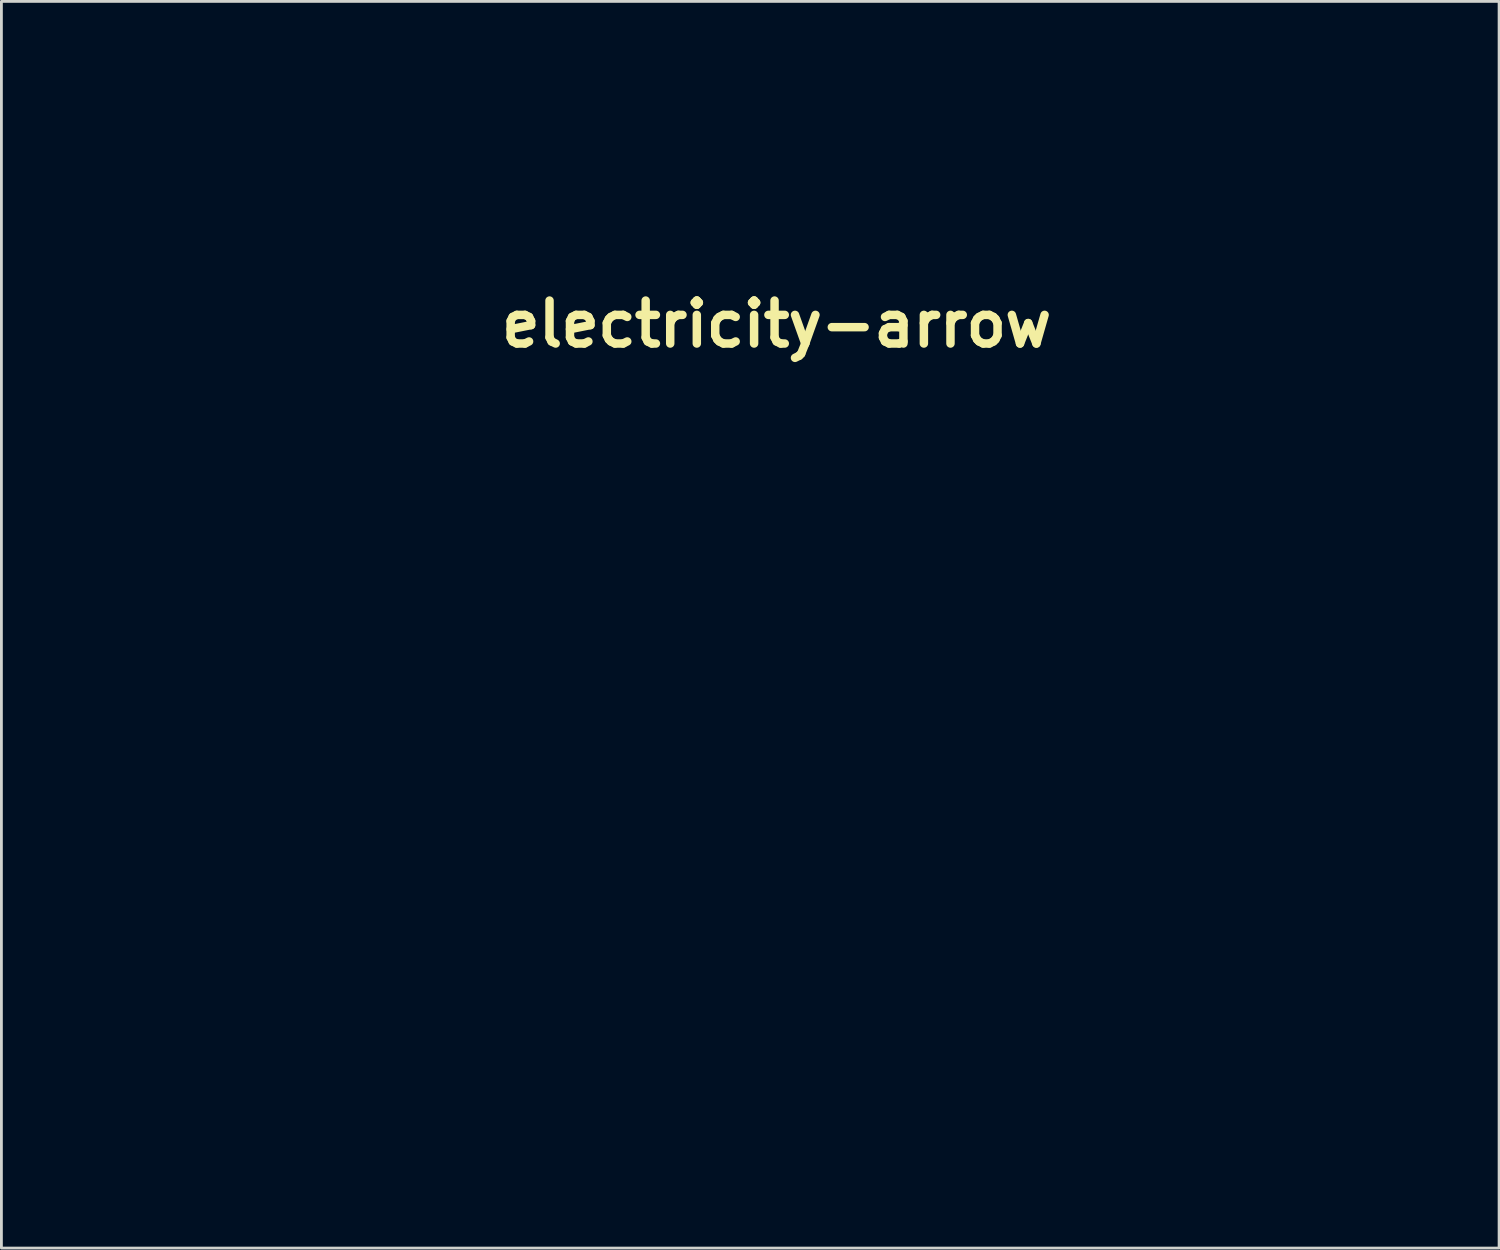
<source format=kicad_pcb>
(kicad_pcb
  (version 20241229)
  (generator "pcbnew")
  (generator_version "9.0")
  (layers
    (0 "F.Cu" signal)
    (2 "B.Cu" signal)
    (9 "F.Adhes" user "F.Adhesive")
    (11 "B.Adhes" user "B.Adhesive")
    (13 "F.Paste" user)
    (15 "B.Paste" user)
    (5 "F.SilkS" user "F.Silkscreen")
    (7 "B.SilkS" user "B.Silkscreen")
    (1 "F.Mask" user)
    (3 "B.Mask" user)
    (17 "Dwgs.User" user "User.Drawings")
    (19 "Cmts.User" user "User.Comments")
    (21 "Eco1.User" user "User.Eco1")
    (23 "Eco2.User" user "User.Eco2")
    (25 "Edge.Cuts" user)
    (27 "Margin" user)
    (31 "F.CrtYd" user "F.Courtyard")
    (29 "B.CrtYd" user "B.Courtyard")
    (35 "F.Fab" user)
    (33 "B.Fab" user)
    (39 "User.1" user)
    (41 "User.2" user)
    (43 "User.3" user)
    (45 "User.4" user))
  (footprint "electricity-arrow"
    (layer "F.Cu")
    (at 24.5 8.447)
    (property "Reference" "electricity-arrow" (at 0 0 0) (layer "F.SilkS") (effects (font (size 1.524 1.524) (thickness 0.3))))
    (attr through_hole)
    (fp_poly (pts (xy 6.632 -7.408) (xy 6.562 -7.338) (xy 6.491 -7.408) (xy 6.562 -7.479) (xy 6.632 -7.408)) (stroke (width 0.01) (type solid)) (fill yes) (layer "F.Mask"))
    (fp_poly (pts (xy 14.02 -2.706) (xy 13.987 -2.544) (xy 13.856 -2.19) (xy 13.651 -1.705) (xy 13.518 -1.411) (xy 13.256 -0.857) (xy 13.08 -0.524) (xy 12.957 -0.376) (xy 12.859 -0.376) (xy 12.755 -0.49) (xy 12.752 -0.494) (xy 12.611 -0.657) (xy 12.484 -0.665) (xy 12.292 -0.496) (xy 12.127 -0.315) (xy 11.841 0.098) (xy 11.712 0.49) (xy 11.71 0.531) (xy 11.619 0.855) (xy 11.339 1.29) (xy 10.899 1.813) (xy 10.524 2.206) (xy 10.219 2.488) (xy 10.03 2.616) (xy 9.998 2.615) (xy 9.957 2.428) (xy 9.969 2.078) (xy 9.982 1.967) (xy 10.056 1.411) (xy 9.497 1.411) (xy 9.116 1.388) (xy 8.868 1.332) (xy 8.839 1.313) (xy 8.887 1.177) (xy 9.1 0.895) (xy 9.436 0.518) (xy 9.623 0.325) (xy 10.129 -0.156) (xy 10.508 -0.44) (xy 10.8 -0.557) (xy 10.884 -0.564) (xy 11.309 -0.705) (xy 11.634 -1.004) (xy 11.859 -1.291) (xy 11.912 -1.456) (xy 11.809 -1.585) (xy 11.754 -1.627) (xy 11.597 -1.769) (xy 11.664 -1.87) (xy 11.855 -1.959) (xy 12.641 -2.281) (xy 13.28 -2.523) (xy 13.739 -2.673) (xy 13.987 -2.719) (xy 14.02 -2.706)) (stroke (width 0.01) (type solid)) (fill yes) (layer "F.Mask"))
    (fp_poly (pts (xy 2.005 9.539) (xy 2.353 9.811) (xy 2.781 10.299) (xy 2.967 10.541) (xy 3.278 10.952) (xy 3.524 11.268) (xy 3.656 11.426) (xy 3.661 11.43) (xy 3.781 11.58) (xy 3.995 11.882) (xy 4.119 12.065) (xy 4.499 12.56) (xy 5.057 13.191) (xy 5.754 13.918) (xy 6.546 14.702) (xy 7.393 15.502) (xy 8.254 16.28) (xy 9.086 16.994) (xy 9.848 17.605) (xy 10.019 17.734) (xy 11.542 18.76) (xy 13.082 19.588) (xy 14.591 20.194) (xy 15.522 20.456) (xy 16.505 20.701) (xy 17.345 20.949) (xy 17.986 21.184) (xy 18.198 21.282) (xy 18.921 21.661) (xy 19.437 21.953) (xy 19.797 22.192) (xy 20.049 22.409) (xy 20.237 22.63) (xy 20.487 23.066) (xy 20.751 23.688) (xy 20.996 24.404) (xy 21.191 25.121) (xy 21.296 25.682) (xy 21.359 26.072) (xy 21.466 26.261) (xy 21.695 26.327) (xy 21.943 26.341) (xy 22.33 26.359) (xy 22.59 26.374) (xy 22.623 26.376) (xy 22.626 26.483) (xy 22.49 26.733) (xy 22.437 26.811) (xy 22.268 27.082) (xy 22.227 27.227) (xy 22.242 27.234) (xy 22.229 27.315) (xy 22.052 27.51) (xy 22.04 27.522) (xy 21.814 27.82) (xy 21.731 28.087) (xy 21.678 28.313) (xy 21.606 28.363) (xy 21.476 28.48) (xy 21.3 28.764) (xy 21.126 29.118) (xy 21.006 29.445) (xy 20.979 29.598) (xy 20.915 29.762) (xy 20.878 29.774) (xy 20.712 29.679) (xy 20.634 29.598) (xy 20.465 29.316) (xy 20.278 28.904) (xy 20.121 28.479) (xy 20.04 28.16) (xy 20.038 28.12) (xy 19.977 27.882) (xy 19.823 27.498) (xy 19.691 27.22) (xy 19.518 26.84) (xy 19.434 26.582) (xy 19.444 26.514) (xy 19.647 26.511) (xy 19.932 26.525) (xy 20.16 26.523) (xy 20.275 26.433) (xy 20.315 26.184) (xy 20.32 25.83) (xy 20.251 25.142) (xy 20.068 24.422) (xy 19.804 23.772) (xy 19.492 23.291) (xy 19.452 23.248) (xy 19.193 23.021) (xy 18.847 22.76) (xy 18.481 22.508) (xy 18.163 22.312) (xy 17.96 22.217) (xy 17.921 22.227) (xy 17.813 22.224) (xy 17.551 22.115) (xy 17.533 22.106) (xy 17.21 21.982) (xy 16.708 21.833) (xy 16.127 21.687) (xy 16.016 21.662) (xy 14.831 21.359) (xy 13.692 20.97) (xy 12.573 20.48) (xy 11.446 19.869) (xy 10.283 19.121) (xy 9.058 18.217) (xy 7.742 17.141) (xy 6.308 15.875) (xy 4.818 14.485) (xy 4.388 14.038) (xy 3.922 13.497) (xy 3.628 13.123) (xy 3.324 12.722) (xy 3.079 12.416) (xy 2.946 12.274) (xy 2.799 12.112) (xy 2.579 11.813) (xy 2.35 11.471) (xy 2.174 11.178) (xy 2.114 11.036) (xy 2.032 10.865) (xy 1.841 10.592) (xy 1.834 10.583) (xy 1.661 10.265) (xy 1.568 9.91) (xy 1.568 9.61) (xy 1.671 9.459) (xy 1.703 9.454) (xy 2.005 9.539)) (stroke (width 0.01) (type solid)) (fill yes) (layer "F.Mask"))
    (fp_poly (pts (xy -4.431 -8.323) (xy -4.178 -8.18) (xy -3.943 -7.908) (xy -3.683 -7.45) (xy -3.541 -7.159) (xy -3.241 -6.524) (xy -2.921 -5.851) (xy -2.659 -5.304) (xy -2.428 -4.729) (xy -2.285 -4.185) (xy -2.258 -3.919) (xy -2.225 -3.494) (xy -2.144 -3.161) (xy -2.126 -3.123) (xy -2.023 -2.824) (xy -1.937 -2.404) (xy -1.925 -2.321) (xy -1.84 -1.776) (xy -1.71 -1.097) (xy -1.552 -0.361) (xy -1.384 0.357) (xy -1.224 0.977) (xy -1.088 1.423) (xy -1.051 1.521) (xy -0.875 2.068) (xy -0.888 2.423) (xy -1.071 2.596) (xy -1.318 2.635) (xy -1.497 2.495) (xy -1.656 2.13) (xy -1.695 2.009) (xy -1.863 1.522) (xy -2.048 1.06) (xy -2.058 1.037) (xy -2.196 0.664) (xy -2.258 0.371) (xy -2.258 0.36) (xy -2.29 0.131) (xy -2.378 -0.301) (xy -2.507 -0.868) (xy -2.611 -1.297) (xy -2.759 -1.93) (xy -2.877 -2.49) (xy -2.949 -2.903) (xy -2.963 -3.057) (xy -3.019 -3.503) (xy -3.172 -4.127) (xy -3.397 -4.852) (xy -3.67 -5.602) (xy -3.969 -6.299) (xy -3.97 -6.303) (xy -4.332 -6.984) (xy -4.679 -7.413) (xy -5.055 -7.614) (xy -5.503 -7.61) (xy -6.007 -7.45) (xy -6.462 -7.266) (xy -6.846 -7.112) (xy -6.985 -7.058) (xy -7.32 -6.922) (xy -7.691 -6.764) (xy -8.092 -6.621) (xy -8.663 -6.455) (xy -9.296 -6.297) (xy -9.882 -6.174) (xy -9.948 -6.162) (xy -10.264 -6.087) (xy -10.688 -5.962) (xy -10.785 -5.93) (xy -11.293 -5.829) (xy -11.99 -5.807) (xy -12.611 -5.837) (xy -13.201 -5.854) (xy -13.909 -5.837) (xy -14.677 -5.792) (xy -15.452 -5.723) (xy -16.177 -5.638) (xy -16.798 -5.541) (xy -17.259 -5.439) (xy -17.505 -5.338) (xy -17.524 -5.317) (xy -17.712 -5.232) (xy -18.075 -5.198) (xy -18.261 -5.203) (xy -18.689 -5.202) (xy -19.01 -5.155) (xy -19.082 -5.126) (xy -19.348 -5.032) (xy -19.685 -4.983) (xy -20.207 -4.928) (xy -20.634 -4.84) (xy -20.9 -4.739) (xy -20.951 -4.65) (xy -21.022 -4.575) (xy -21.289 -4.546) (xy -21.326 -4.547) (xy -21.726 -4.48) (xy -21.944 -4.326) (xy -22.214 -4.13) (xy -22.392 -4.092) (xy -22.787 -3.964) (xy -23.119 -3.631) (xy -23.347 -3.168) (xy -23.431 -2.652) (xy -23.366 -2.247) (xy -23.213 -1.927) (xy -22.962 -1.517) (xy -22.659 -1.083) (xy -22.354 -0.691) (xy -22.095 -0.404) (xy -21.928 -0.288) (xy -21.919 -0.288) (xy -21.787 -0.19) (xy -21.736 -0.084) (xy -21.611 0.093) (xy -21.307 0.444) (xy -20.847 0.949) (xy -20.254 1.582) (xy -19.55 2.323) (xy -18.757 3.147) (xy -17.898 4.032) (xy -16.995 4.955) (xy -16.071 5.894) (xy -15.149 6.824) (xy -14.25 7.724) (xy -13.397 8.571) (xy -12.613 9.341) (xy -11.919 10.012) (xy -11.34 10.561) (xy -10.896 10.965) (xy -10.836 11.018) (xy -10.341 11.412) (xy -9.856 11.74) (xy -9.465 11.948) (xy -9.375 11.979) (xy -8.814 12.033) (xy -8.203 11.885) (xy -7.517 11.524) (xy -6.732 10.938) (xy -6.207 10.477) (xy -5.672 9.99) (xy -5.16 9.533) (xy -4.738 9.164) (xy -4.516 8.976) (xy -4.215 8.712) (xy -3.747 8.275) (xy -3.141 7.695) (xy -2.427 7.002) (xy -1.634 6.224) (xy -0.793 5.392) (xy 0.068 4.534) (xy 0.918 3.681) (xy 1.729 2.861) (xy 2.47 2.105) (xy 3.112 1.442) (xy 3.625 0.9) (xy 3.904 0.596) (xy 4.762 -0.432) (xy 5.417 -1.387) (xy 5.912 -2.336) (xy 6.136 -2.893) (xy 6.186 -3.142) (xy 6.247 -3.604) (xy 6.308 -4.211) (xy 6.358 -4.821) (xy 6.424 -5.529) (xy 6.512 -6.183) (xy 6.609 -6.702) (xy 6.689 -6.973) (xy 6.8 -7.292) (xy 6.82 -7.467) (xy 6.804 -7.479) (xy 6.849 -7.548) (xy 7.072 -7.723) (xy 7.227 -7.832) (xy 7.716 -8.105) (xy 8.05 -8.173) (xy 8.207 -8.051) (xy 8.166 -7.754) (xy 7.948 -7.358) (xy 7.707 -6.96) (xy 7.628 -6.726) (xy 7.716 -6.68) (xy 7.796 -6.717) (xy 7.837 -6.699) (xy 7.711 -6.524) (xy 7.672 -6.479) (xy 7.484 -6.187) (xy 7.388 -5.795) (xy 7.361 -5.292) (xy 7.268 -3.916) (xy 7.031 -2.685) (xy 6.659 -1.654) (xy 6.657 -1.65) (xy 6.376 -1.149) (xy 5.96 -0.545) (xy 5.398 0.173) (xy 4.681 1.016) (xy 3.8 1.994) (xy 2.743 3.12) (xy 1.501 4.404) (xy 0.064 5.858) (xy -0.908 6.828) (xy -2.282 8.185) (xy -3.48 9.348) (xy -4.518 10.33) (xy -5.414 11.144) (xy -6.184 11.801) (xy -6.844 12.314) (xy -7.412 12.696) (xy -7.903 12.959) (xy -8.334 13.117) (xy -8.722 13.18) (xy -9.083 13.163) (xy -9.243 13.132) (xy -9.577 13.035) (xy -9.897 12.892) (xy -10.246 12.673) (xy -10.669 12.347) (xy -11.209 11.884) (xy -11.853 11.303) (xy -12.346 10.843) (xy -12.99 10.226) (xy -13.754 9.482) (xy -14.607 8.642) (xy -15.519 7.737) (xy -16.459 6.798) (xy -17.398 5.854) (xy -18.303 4.938) (xy -19.146 4.079) (xy -19.894 3.308) (xy -20.518 2.657) (xy -20.987 2.154) (xy -21.167 1.955) (xy -21.645 1.418) (xy -22.211 0.795) (xy -22.758 0.204) (xy -22.86 0.095) (xy -23.253 -0.336) (xy -23.555 -0.695) (xy -23.726 -0.929) (xy -23.748 -0.987) (xy -23.818 -1.152) (xy -23.994 -1.346) (xy -24.207 -1.648) (xy -24.271 -1.899) (xy -24.335 -2.212) (xy -24.418 -2.348) (xy -24.495 -2.588) (xy -24.48 -3.01) (xy -24.468 -3.097) (xy -24.232 -3.726) (xy -23.755 -4.322) (xy -23.078 -4.857) (xy -22.242 -5.302) (xy -21.29 -5.632) (xy -20.426 -5.799) (xy -19.773 -5.887) (xy -19.099 -5.989) (xy -18.627 -6.067) (xy -17.622 -6.232) (xy -16.548 -6.379) (xy -15.485 -6.5) (xy -14.512 -6.587) (xy -13.71 -6.629) (xy -13.497 -6.632) (xy -12.148 -6.714) (xy -10.661 -6.946) (xy -9.123 -7.309) (xy -7.62 -7.784) (xy -6.788 -8.108) (xy -5.819 -8.406) (xy -4.95 -8.442) (xy -4.431 -8.323)) (stroke (width 0.01) (type solid)) (fill yes) (layer "F.Mask")))
  (gr_rect
    (start -3 -3)
    (end 50.131 41.226)
    (stroke (width 0.1) (type default))
    (fill no)
    (layer "Edge.Cuts")))
</source>
